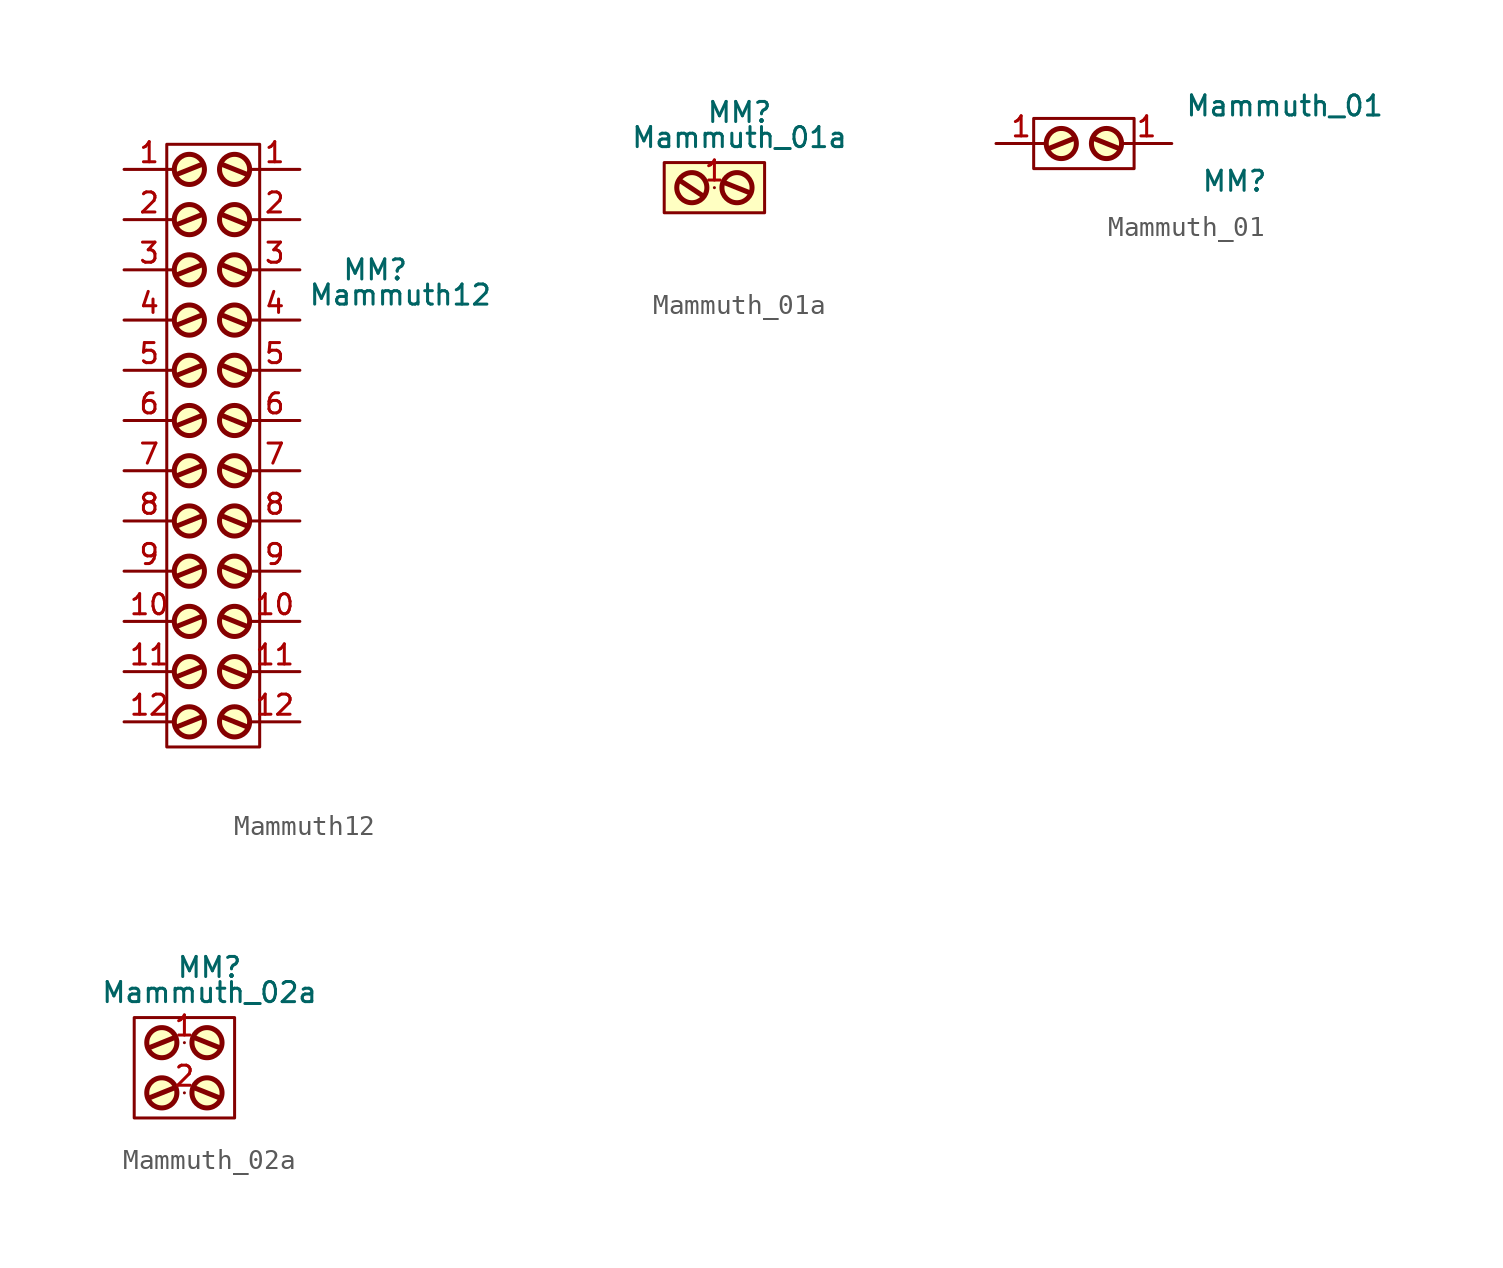
<source format=kicad_sym>
(kicad_symbol_lib
  (version 20211014)
  (generator kicad_symbol_editor)
  (symbol "Mammuth12"
    (pin_names
      (offset 0.762) hide)
    (property "Reference" "MM"
      (at 8.89 6.35 0)
      (effects (font (size 1.016 1.016))))
    (property "Value" "Mammuth12"
      (at 10.16 5.08 0)
      (effects (font (size 1.016 1.016))))
    (property "Footprint" ""
      (at 1.27 7.62 0)
      (effects (font (size 1.524 1.524))))
    (property "Datasheet" ""
      (at 1.27 7.62 0)
      (effects (font (size 1.524 1.524))))
    (symbol "Mammuth12_0_1"
      (circle (center -0.508 -16.51) (radius 0.762) (stroke (width 0.254) (type default) (color 0 0 0 0)) (fill (type background)))
      (circle (center -0.508 -13.97) (radius 0.762) (stroke (width 0.254) (type default) (color 0 0 0 0)) (fill (type background)))
      (circle (center -0.508 -11.43) (radius 0.762) (stroke (width 0.254) (type default) (color 0 0 0 0)) (fill (type background)))
      (circle (center -0.508 -8.89) (radius 0.762) (stroke (width 0.254) (type default) (color 0 0 0 0)) (fill (type background)))
      (circle (center -0.508 -6.35) (radius 0.762) (stroke (width 0.254) (type default) (color 0 0 0 0)) (fill (type background)))
      (circle (center -0.508 -3.81) (radius 0.762) (stroke (width 0.254) (type default) (color 0 0 0 0)) (fill (type background)))
      (circle (center -0.508 -1.27) (radius 0.762) (stroke (width 0.254) (type default) (color 0 0 0 0)) (fill (type background)))
      (circle (center -0.508 1.27) (radius 0.762) (stroke (width 0.254) (type default) (color 0 0 0 0)) (fill (type background)))
      (circle (center -0.508 3.81) (radius 0.762) (stroke (width 0.254) (type default) (color 0 0 0 0)) (fill (type background)))
      (circle (center -0.508 6.35) (radius 0.762) (stroke (width 0.254) (type default) (color 0 0 0 0)) (fill (type background)))
      (circle (center -0.508 8.89) (radius 0.762) (stroke (width 0.254) (type default) (color 0 0 0 0)) (fill (type background)))
      (circle (center -0.508 11.43) (radius 0.762) (stroke (width 0.254) (type default) (color 0 0 0 0)) (fill (type background)))
      (polyline (pts (xy 0.127 -16.256) (xy -1.143 -16.764)) (stroke (width 0.254) (type default) (color 0 0 0 0)) (fill (type none)))
      (polyline (pts (xy 0.127 -13.716) (xy -1.143 -14.224)) (stroke (width 0.254) (type default) (color 0 0 0 0)) (fill (type none)))
      (polyline (pts (xy 0.127 -11.176) (xy -1.143 -11.684)) (stroke (width 0.254) (type default) (color 0 0 0 0)) (fill (type none)))
      (polyline (pts (xy 0.127 -8.636) (xy -1.143 -9.144)) (stroke (width 0.254) (type default) (color 0 0 0 0)) (fill (type none)))
      (polyline (pts (xy 0.127 -6.096) (xy -1.143 -6.604)) (stroke (width 0.254) (type default) (color 0 0 0 0)) (fill (type none)))
      (polyline (pts (xy 0.127 -3.556) (xy -1.143 -4.064)) (stroke (width 0.254) (type default) (color 0 0 0 0)) (fill (type none)))
      (polyline (pts (xy 0.127 -1.016) (xy -1.143 -1.524)) (stroke (width 0.254) (type default) (color 0 0 0 0)) (fill (type none)))
      (polyline (pts (xy 0.127 1.524) (xy -1.143 1.016)) (stroke (width 0.254) (type default) (color 0 0 0 0)) (fill (type none)))
      (polyline (pts (xy 0.127 4.064) (xy -1.143 3.556)) (stroke (width 0.254) (type default) (color 0 0 0 0)) (fill (type none)))
      (polyline (pts (xy 0.127 6.604) (xy -1.143 6.096)) (stroke (width 0.254) (type default) (color 0 0 0 0)) (fill (type none)))
      (polyline (pts (xy 0.127 9.144) (xy -1.143 8.636)) (stroke (width 0.254) (type default) (color 0 0 0 0)) (fill (type none)))
      (polyline (pts (xy 0.127 11.684) (xy -1.143 11.176)) (stroke (width 0.254) (type default) (color 0 0 0 0)) (fill (type none)))
      (polyline (pts (xy 1.143 -16.256) (xy 2.413 -16.764)) (stroke (width 0.254) (type default) (color 0 0 0 0)) (fill (type none)))
      (polyline (pts (xy 1.143 -13.716) (xy 2.413 -14.224)) (stroke (width 0.254) (type default) (color 0 0 0 0)) (fill (type none)))
      (polyline (pts (xy 1.143 -11.176) (xy 2.413 -11.684)) (stroke (width 0.254) (type default) (color 0 0 0 0)) (fill (type none)))
      (polyline (pts (xy 1.143 -8.636) (xy 2.413 -9.144)) (stroke (width 0.254) (type default) (color 0 0 0 0)) (fill (type none)))
      (polyline (pts (xy 1.143 -6.096) (xy 2.413 -6.604)) (stroke (width 0.254) (type default) (color 0 0 0 0)) (fill (type none)))
      (polyline (pts (xy 1.143 -3.556) (xy 2.413 -4.064)) (stroke (width 0.254) (type default) (color 0 0 0 0)) (fill (type none)))
      (polyline (pts (xy 1.143 -1.016) (xy 2.413 -1.524)) (stroke (width 0.254) (type default) (color 0 0 0 0)) (fill (type none)))
      (polyline (pts (xy 1.143 1.524) (xy 2.413 1.016)) (stroke (width 0.254) (type default) (color 0 0 0 0)) (fill (type none)))
      (polyline (pts (xy 1.143 4.064) (xy 2.413 3.556)) (stroke (width 0.254) (type default) (color 0 0 0 0)) (fill (type none)))
      (polyline (pts (xy 1.143 6.604) (xy 2.413 6.096)) (stroke (width 0.254) (type default) (color 0 0 0 0)) (fill (type none)))
      (polyline (pts (xy 1.143 9.144) (xy 2.413 8.636)) (stroke (width 0.254) (type default) (color 0 0 0 0)) (fill (type none)))
      (polyline (pts (xy 1.143 11.684) (xy 2.413 11.176)) (stroke (width 0.254) (type default) (color 0 0 0 0)) (fill (type none)))
      (polyline (pts (xy -1.651 12.7) (xy 3.048 12.7) (xy 3.048 -17.78) (xy -1.651 -17.78) (xy -1.651 12.7)) (stroke (width 0) (type default) (color 0 0 0 0)) (fill (type none)))
      (circle (center 1.778 -16.51) (radius 0.762) (stroke (width 0.254) (type default) (color 0 0 0 0)) (fill (type background)))
      (circle (center 1.778 -13.97) (radius 0.762) (stroke (width 0.254) (type default) (color 0 0 0 0)) (fill (type background)))
      (circle (center 1.778 -11.43) (radius 0.762) (stroke (width 0.254) (type default) (color 0 0 0 0)) (fill (type background)))
      (circle (center 1.778 -8.89) (radius 0.762) (stroke (width 0.254) (type default) (color 0 0 0 0)) (fill (type background)))
      (circle (center 1.778 -6.35) (radius 0.762) (stroke (width 0.254) (type default) (color 0 0 0 0)) (fill (type background)))
      (circle (center 1.778 -3.81) (radius 0.762) (stroke (width 0.254) (type default) (color 0 0 0 0)) (fill (type background)))
      (circle (center 1.778 -1.27) (radius 0.762) (stroke (width 0.254) (type default) (color 0 0 0 0)) (fill (type background)))
      (circle (center 1.778 1.27) (radius 0.762) (stroke (width 0.254) (type default) (color 0 0 0 0)) (fill (type background)))
      (circle (center 1.778 3.81) (radius 0.762) (stroke (width 0.254) (type default) (color 0 0 0 0)) (fill (type background)))
      (circle (center 1.778 6.35) (radius 0.762) (stroke (width 0.254) (type default) (color 0 0 0 0)) (fill (type background)))
      (circle (center 1.778 8.89) (radius 0.762) (stroke (width 0.254) (type default) (color 0 0 0 0)) (fill (type background)))
      (circle (center 1.778 11.43) (radius 0.762) (stroke (width 0.254) (type default) (color 0 0 0 0)) (fill (type background)))
      (pin passive line (at 5.08 11.43 180) (length 2.54) (name "1" (effects (font (size 1.016 1.016)))) (number "1" (effects (font (size 1.016 1.016)))))
      (pin passive line (at 5.08 -11.43 180) (length 2.54) (name "10" (effects (font (size 1.016 1.016)))) (number "10" (effects (font (size 1.016 1.016)))))
      (pin passive line (at 5.08 -13.97 180) (length 2.54) (name "11" (effects (font (size 1.016 1.016)))) (number "11" (effects (font (size 1.016 1.016)))))
      (pin passive line (at 5.08 -16.51 180) (length 2.54) (name "12" (effects (font (size 1.016 1.016)))) (number "12" (effects (font (size 1.016 1.016)))))
      (pin passive line (at 5.08 8.89 180) (length 2.54) (name "2" (effects (font (size 1.016 1.016)))) (number "2" (effects (font (size 1.016 1.016)))))
      (pin passive line (at 5.08 6.35 180) (length 2.54) (name "3" (effects (font (size 1.016 1.016)))) (number "3" (effects (font (size 1.016 1.016)))))
      (pin passive line (at 5.08 3.81 180) (length 2.54) (name "4" (effects (font (size 1.016 1.016)))) (number "4" (effects (font (size 1.016 1.016)))))
      (pin passive line (at 5.08 1.27 180) (length 2.54) (name "5" (effects (font (size 1.016 1.016)))) (number "5" (effects (font (size 1.016 1.016)))))
      (pin passive line (at 5.08 -1.27 180) (length 2.54) (name "6" (effects (font (size 1.016 1.016)))) (number "6" (effects (font (size 1.016 1.016)))))
      (pin passive line (at 5.08 -3.81 180) (length 2.54) (name "7" (effects (font (size 1.016 1.016)))) (number "7" (effects (font (size 1.016 1.016)))))
      (pin passive line (at 5.08 -6.35 180) (length 2.54) (name "8" (effects (font (size 1.016 1.016)))) (number "8" (effects (font (size 1.016 1.016)))))
      (pin passive line (at 5.08 -8.89 180) (length 2.54) (name "9" (effects (font (size 1.016 1.016)))) (number "9" (effects (font (size 1.016 1.016))))))
    (symbol "Mammuth12_1_1"
      (pin passive line (at -3.81 11.43 0) (length 2.54) (name "1" (effects (font (size 1.016 1.016)))) (number "1" (effects (font (size 1.016 1.016)))))
      (pin passive line (at -3.81 -11.43 0) (length 2.54) (name "10" (effects (font (size 1.016 1.016)))) (number "10" (effects (font (size 1.016 1.016)))))
      (pin passive line (at -3.81 -13.97 0) (length 2.54) (name "11" (effects (font (size 1.016 1.016)))) (number "11" (effects (font (size 1.016 1.016)))))
      (pin passive line (at -3.81 -16.51 0) (length 2.54) (name "12" (effects (font (size 1.016 1.016)))) (number "12" (effects (font (size 1.016 1.016)))))
      (pin passive line (at -3.81 8.89 0) (length 2.54) (name "2" (effects (font (size 1.016 1.016)))) (number "2" (effects (font (size 1.016 1.016)))))
      (pin passive line (at -3.81 6.35 0) (length 2.54) (name "3" (effects (font (size 1.016 1.016)))) (number "3" (effects (font (size 1.016 1.016)))))
      (pin passive line (at -3.81 3.81 0) (length 2.54) (name "4" (effects (font (size 1.016 1.016)))) (number "4" (effects (font (size 1.016 1.016)))))
      (pin passive line (at -3.81 1.27 0) (length 2.54) (name "5" (effects (font (size 1.016 1.016)))) (number "5" (effects (font (size 1.016 1.016)))))
      (pin passive line (at -3.81 -1.27 0) (length 2.54) (name "6" (effects (font (size 1.016 1.016)))) (number "6" (effects (font (size 1.016 1.016)))))
      (pin passive line (at -3.81 -3.81 0) (length 2.54) (name "7" (effects (font (size 1.016 1.016)))) (number "7" (effects (font (size 1.016 1.016)))))
      (pin passive line (at -3.81 -6.35 0) (length 2.54) (name "8" (effects (font (size 1.016 1.016)))) (number "8" (effects (font (size 1.016 1.016)))))
      (pin passive line (at -3.81 -8.89 0) (length 2.54) (name "9" (effects (font (size 1.016 1.016)))) (number "9" (effects (font (size 1.016 1.016)))))))
  (symbol "Mammuth_01a"
    (pin_names
      (offset 0.762) hide)
    (property "Reference" "MM"
      (at 1.27 3.81 0)
      (effects (font (size 1.016 1.016))))
    (property "Value" "Mammuth_01a"
      (at 1.27 2.54 0)
      (effects (font (size 1.016 1.016))))
    (property "Footprint" ""
      (at 0.635 -3.81 0)
      (effects (font (size 1.524 1.524))))
    (property "Datasheet" ""
      (at 0.635 -3.81 0)
      (effects (font (size 1.524 1.524))))
    (symbol "Mammuth_01a_0_1"
      (circle (center -1.143 0) (radius 0.762) (stroke (width 0.254) (type default) (color 0 0 0 0)) (fill (type background)))
      (polyline (pts (xy -1.778 0.381) (xy -0.635 -0.381)) (stroke (width 0.254) (type default) (color 0 0 0 0)) (fill (type none)))
      (polyline (pts (xy 0.508 0.254) (xy 1.778 -0.254)) (stroke (width 0.254) (type default) (color 0 0 0 0)) (fill (type none)))
      (polyline (pts (xy -2.54 1.27) (xy 2.54 1.27) (xy 2.54 -1.27) (xy -2.54 -1.27) (xy -2.54 1.27)) (stroke (width 0) (type default) (color 0 0 0 0)) (fill (type background)))
      (circle (center 1.143 0) (radius 0.762) (stroke (width 0.254) (type default) (color 0 0 0 0)) (fill (type background))))
    (symbol "Mammuth_01a_1_1"
      (pin passive line (at 0 0 0) (length 0) (name "1" (effects (font (size 1.016 1.016)))) (number "1" (effects (font (size 1.016 1.016)))))))
  (symbol "Mammuth_01"
    (pin_names
      (offset 0.762) hide)
    (property "Reference" "MM"
      (at 8.255 -1.905 0)
      (effects (font (size 1.016 1.016))))
    (property "Value" "Mammuth_01"
      (at 10.795 1.905 0)
      (effects (font (size 1.016 1.016))))
    (property "Footprint" ""
      (at 0 0 0)
      (effects (font (size 1.524 1.524))))
    (property "Datasheet" ""
      (at 0 0 0)
      (effects (font (size 1.524 1.524))))
    (symbol "Mammuth_01_0_1"
      (circle (center -0.508 0) (radius 0.762) (stroke (width 0.254) (type default) (color 0 0 0 0)) (fill (type background)))
      (polyline (pts (xy 0.127 0.254) (xy -1.143 -0.254)) (stroke (width 0.254) (type default) (color 0 0 0 0)) (fill (type none)))
      (polyline (pts (xy 1.143 0.254) (xy 2.413 -0.254)) (stroke (width 0.254) (type default) (color 0 0 0 0)) (fill (type none)))
      (polyline (pts (xy -1.905 1.27) (xy 3.175 1.27) (xy 3.175 -1.27) (xy -1.905 -1.27) (xy -1.905 1.27)) (stroke (width 0) (type default) (color 0 0 0 0)) (fill (type none)))
      (circle (center 1.778 0) (radius 0.762) (stroke (width 0.254) (type default) (color 0 0 0 0)) (fill (type background)))
      (pin passive line (at 5.08 0 180) (length 2.54) (name "1" (effects (font (size 1.016 1.016)))) (number "1" (effects (font (size 1.016 1.016))))))
    (symbol "Mammuth_01_1_1"
      (pin passive line (at -3.81 0 0) (length 2.54) (name "1" (effects (font (size 1.016 1.016)))) (number "1" (effects (font (size 1.016 1.016)))))))
  (symbol "Mammuth_02a"
    (pin_names
      (offset 0.762) hide)
    (property "Reference" "MM"
      (at 1.27 3.81 0)
      (effects (font (size 1.016 1.016))))
    (property "Value" "Mammuth_02a"
      (at 1.27 2.54 0)
      (effects (font (size 1.016 1.016))))
    (property "Footprint" ""
      (at 0.635 -3.81 0)
      (effects (font (size 1.524 1.524))))
    (property "Datasheet" ""
      (at 0.635 -3.81 0)
      (effects (font (size 1.524 1.524))))
    (symbol "Mammuth_02a_0_1"
      (circle (center -1.143 -2.54) (radius 0.762) (stroke (width 0.254) (type default) (color 0 0 0 0)) (fill (type background)))
      (circle (center -1.143 0) (radius 0.762) (stroke (width 0.254) (type default) (color 0 0 0 0)) (fill (type background)))
      (polyline (pts (xy -0.508 -2.286) (xy -1.778 -2.794)) (stroke (width 0.254) (type default) (color 0 0 0 0)) (fill (type none)))
      (polyline (pts (xy -0.508 0.254) (xy -1.778 -0.254)) (stroke (width 0.254) (type default) (color 0 0 0 0)) (fill (type none)))
      (polyline (pts (xy 0.508 -2.286) (xy 1.778 -2.794)) (stroke (width 0.254) (type default) (color 0 0 0 0)) (fill (type none)))
      (polyline (pts (xy 0.508 0.254) (xy 1.778 -0.254)) (stroke (width 0.254) (type default) (color 0 0 0 0)) (fill (type none)))
      (polyline (pts (xy -2.54 1.27) (xy 2.54 1.27) (xy 2.54 -3.81) (xy -2.54 -3.81) (xy -2.54 1.27)) (stroke (width 0) (type default) (color 0 0 0 0)) (fill (type none)))
      (circle (center 1.143 -2.54) (radius 0.762) (stroke (width 0.254) (type default) (color 0 0 0 0)) (fill (type background)))
      (circle (center 1.143 0) (radius 0.762) (stroke (width 0.254) (type default) (color 0 0 0 0)) (fill (type background))))
    (symbol "Mammuth_02a_1_1"
      (pin passive line (at 0 0 0) (length 0) (name "1" (effects (font (size 1.016 1.016)))) (number "1" (effects (font (size 1.016 1.016)))))
      (pin passive line (at 0 -2.54 0) (length 0) (name "2" (effects (font (size 1.016 1.016)))) (number "2" (effects (font (size 1.016 1.016))))))))
</source>
